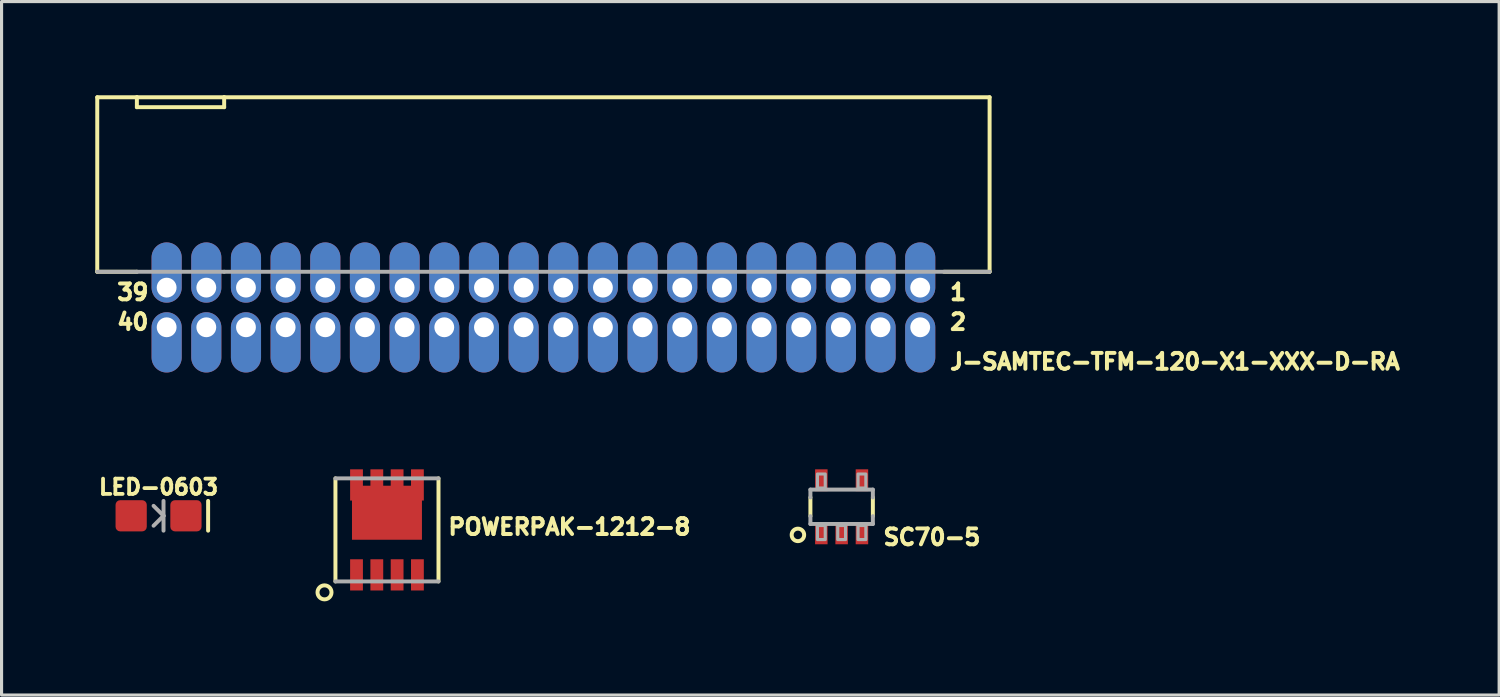
<source format=kicad_pcb>
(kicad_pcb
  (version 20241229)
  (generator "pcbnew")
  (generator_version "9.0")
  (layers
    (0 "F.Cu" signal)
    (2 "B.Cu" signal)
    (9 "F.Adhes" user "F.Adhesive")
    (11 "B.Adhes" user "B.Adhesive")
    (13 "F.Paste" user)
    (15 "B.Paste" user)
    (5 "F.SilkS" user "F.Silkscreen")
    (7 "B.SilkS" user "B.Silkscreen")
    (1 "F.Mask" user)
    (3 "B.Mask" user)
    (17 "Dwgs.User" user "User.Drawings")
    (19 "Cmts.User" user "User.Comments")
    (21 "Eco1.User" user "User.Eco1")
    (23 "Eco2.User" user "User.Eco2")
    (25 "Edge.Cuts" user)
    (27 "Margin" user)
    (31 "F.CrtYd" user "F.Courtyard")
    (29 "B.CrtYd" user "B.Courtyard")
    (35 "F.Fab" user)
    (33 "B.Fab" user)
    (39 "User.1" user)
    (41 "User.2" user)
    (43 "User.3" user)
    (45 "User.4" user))
  (footprint "SC70-5"
    (layer "F.Cu")
    (at 23.9 13.178)
    (property "Reference" "SC70-5" (at 1.27 1.27 0) (layer "F.SilkS") (effects (font (size 0.508 0.508) (thickness 0.127)) (justify left bottom)))
    (fp_line (start -1 -0.3) (end -1 0.3) (stroke (width 0.127) (type solid)) (layer "F.SilkS"))
    (fp_line (start 1 0.3) (end 1 -0.3) (stroke (width 0.127) (type solid)) (layer "F.SilkS"))
    (fp_circle (center -1.4 0.9) (end -1.2 0.9) (stroke (width 0.127) (type solid)) (fill no) (layer "F.SilkS"))
    (fp_line (start -1 -0.55) (end -1 -0.3) (stroke (width 0.127) (type solid)) (layer "F.Fab"))
    (fp_line (start -1 0.55) (end -1 0.3) (stroke (width 0.127) (type solid)) (layer "F.Fab"))
    (fp_line (start -1 0.55) (end 1 0.55) (stroke (width 0.127) (type solid)) (layer "F.Fab"))
    (fp_line (start 1 -0.55) (end -1 -0.55) (stroke (width 0.127) (type solid)) (layer "F.Fab"))
    (fp_line (start 1 -0.55) (end 1 -0.3) (stroke (width 0.127) (type solid)) (layer "F.Fab"))
    (fp_line (start 1 0.55) (end 1 0.3) (stroke (width 0.127) (type solid)) (layer "F.Fab"))
    (fp_poly (pts (xy -0.775 -0.6) (xy -0.525 -0.6) (xy -0.525 -1.05) (xy -0.775 -1.05)) (stroke (width 0.1) (type solid)) (fill no) (layer "F.Fab"))
    (fp_poly (pts (xy -0.775 1.05) (xy -0.525 1.05) (xy -0.525 0.6) (xy -0.775 0.6)) (stroke (width 0.1) (type solid)) (fill no) (layer "F.Fab"))
    (fp_poly (pts (xy -0.125 1.05) (xy 0.125 1.05) (xy 0.125 0.6) (xy -0.125 0.6)) (stroke (width 0.1) (type solid)) (fill no) (layer "F.Fab"))
    (fp_poly (pts (xy 0.525 -0.6) (xy 0.775 -0.6) (xy 0.775 -1.05) (xy 0.525 -1.05)) (stroke (width 0.1) (type solid)) (fill no) (layer "F.Fab"))
    (fp_poly (pts (xy 0.525 1.05) (xy 0.775 1.05) (xy 0.775 0.6) (xy 0.525 0.6)) (stroke (width 0.1) (type solid)) (fill no) (layer "F.Fab"))
    (pad "1" smd rect (at -0.65 0.85) (size 0.4 0.7) (layers "F.Cu" "F.Mask" "F.Paste"))
    (pad "2" smd rect (at 0 0.85) (size 0.4 0.7) (layers "F.Cu" "F.Mask" "F.Paste"))
    (pad "3" smd rect (at 0.65 0.85) (size 0.4 0.7) (layers "F.Cu" "F.Mask" "F.Paste"))
    (pad "4" smd rect (at 0.65 -0.85) (size 0.4 0.7) (layers "F.Cu" "F.Mask" "F.Paste"))
    (pad "5" smd rect (at -0.65 -0.85) (size 0.4 0.7) (layers "F.Cu" "F.Mask" "F.Paste")))
  (footprint "LED-0603"
    (layer "F.Cu")
    (at 2.027 13.466)
    (property "Reference" "LED-0603" (at 0 -0.635 0) (layer "F.SilkS") (effects (font (size 0.488 0.488) (thickness 0.122)) (justify bottom)))
    (fp_line (start 1.587 -0.476) (end 1.587 0.476) (stroke (width 0.127) (type solid)) (layer "F.SilkS"))
    (fp_line (start 0.159 -0.476) (end 0.159 0) (stroke (width 0.127) (type solid)) (layer "F.Fab"))
    (fp_line (start 0.159 0) (end -0.159 -0.318) (stroke (width 0.127) (type solid)) (layer "F.Fab"))
    (fp_line (start 0.159 0) (end -0.159 0.318) (stroke (width 0.127) (type solid)) (layer "F.Fab"))
    (fp_line (start 0.159 0) (end 0.159 0.476) (stroke (width 0.127) (type solid)) (layer "F.Fab"))
    (pad "A" smd roundrect (at -0.877 0 270) (size 1 1) (layers "F.Cu" "F.Mask" "F.Paste") (roundrect_rratio 0.15))
    (pad "C" smd roundrect (at 0.877 0 270) (size 1 1) (layers "F.Cu" "F.Mask" "F.Paste") (roundrect_rratio 0.15)))
  (footprint "J-SAMTEC-TFM-120-X1-XXX-D-RA"
    (layer "F.Cu")
    (at 14.351 6.795)
    (property "Reference" "J-SAMTEC-TFM-120-X1-XXX-D-RA" (at 12.954 2.032 0) (layer "F.SilkS") (effects (font (size 0.508 0.508) (thickness 0.127)) (justify left bottom)))
    (fp_line (start -14.287 -6.731) (end -13.018 -6.731) (stroke (width 0.127) (type solid)) (layer "F.SilkS"))
    (fp_line (start -14.287 -1.143) (end -14.287 -6.731) (stroke (width 0.127) (type solid)) (layer "F.SilkS"))
    (fp_line (start -14.287 -1.143) (end -13.018 -1.143) (stroke (width 0.127) (type solid)) (layer "F.SilkS"))
    (fp_line (start -13.018 -6.731) (end -13.018 -6.413) (stroke (width 0.127) (type solid)) (layer "F.SilkS"))
    (fp_line (start -13.018 -6.731) (end -10.223 -6.731) (stroke (width 0.127) (type solid)) (layer "F.SilkS"))
    (fp_line (start -13.018 -6.413) (end -10.223 -6.413) (stroke (width 0.127) (type solid)) (layer "F.SilkS"))
    (fp_line (start -10.223 -6.731) (end 14.287 -6.731) (stroke (width 0.127) (type solid)) (layer "F.SilkS"))
    (fp_line (start -10.223 -6.413) (end -10.223 -6.731) (stroke (width 0.127) (type solid)) (layer "F.SilkS"))
    (fp_line (start 12.827 -1.143) (end 14.287 -1.143) (stroke (width 0.127) (type solid)) (layer "F.SilkS"))
    (fp_line (start 14.287 -6.731) (end 14.287 -1.143) (stroke (width 0.127) (type solid)) (layer "F.SilkS"))
    (fp_line (start -14.287 -1.143) (end -13.018 -1.143) (stroke (width 0.127) (type solid)) (layer "F.Fab"))
    (fp_line (start -13.018 -1.143) (end -10.223 -1.143) (stroke (width 0.127) (type solid)) (layer "F.Fab"))
    (fp_line (start -10.223 -1.143) (end 14.287 -1.143) (stroke (width 0.127) (type solid)) (layer "F.Fab"))
    (fp_text user "40" (at -13.716 0.762 0) (layer "F.SilkS") (effects (font (size 0.508 0.508) (thickness 0.127)) (justify left bottom)))
    (fp_text user "2" (at 12.954 0.762 0) (layer "F.SilkS") (effects (font (size 0.508 0.508) (thickness 0.127)) (justify left bottom)))
    (fp_text user "1" (at 12.954 -0.191 0) (layer "F.SilkS") (effects (font (size 0.508 0.508) (thickness 0.127)) (justify left bottom)))
    (fp_text user "39" (at -13.716 -0.191 0) (layer "F.SilkS") (effects (font (size 0.508 0.508) (thickness 0.127)) (justify left bottom)))
    (pad "1" thru_hole oval (at 12.065 -0.635 90) (size 1.93 0.965) (drill 0.635 (offset 0.483 0)) (layers "*.Cu" "*.Mask"))
    (pad "2" thru_hole oval (at 12.065 0.635 270) (size 1.93 0.965) (drill 0.635 (offset 0.483 0)) (layers "*.Cu" "*.Mask"))
    (pad "3" thru_hole oval (at 10.795 -0.635 90) (size 1.93 0.965) (drill 0.635 (offset 0.483 0)) (layers "*.Cu" "*.Mask"))
    (pad "4" thru_hole oval (at 10.795 0.635 270) (size 1.93 0.965) (drill 0.635 (offset 0.483 0)) (layers "*.Cu" "*.Mask"))
    (pad "5" thru_hole oval (at 9.525 -0.635 90) (size 1.93 0.965) (drill 0.635 (offset 0.483 0)) (layers "*.Cu" "*.Mask"))
    (pad "6" thru_hole oval (at 9.525 0.635 270) (size 1.93 0.965) (drill 0.635 (offset 0.483 0)) (layers "*.Cu" "*.Mask"))
    (pad "7" thru_hole oval (at 8.255 -0.635 90) (size 1.93 0.965) (drill 0.635 (offset 0.483 0)) (layers "*.Cu" "*.Mask"))
    (pad "8" thru_hole oval (at 8.255 0.635 270) (size 1.93 0.965) (drill 0.635 (offset 0.483 0)) (layers "*.Cu" "*.Mask"))
    (pad "9" thru_hole oval (at 6.985 -0.635 90) (size 1.93 0.965) (drill 0.635 (offset 0.483 0)) (layers "*.Cu" "*.Mask"))
    (pad "10" thru_hole oval (at 6.985 0.635 270) (size 1.93 0.965) (drill 0.635 (offset 0.483 0)) (layers "*.Cu" "*.Mask"))
    (pad "11" thru_hole oval (at 5.715 -0.635 90) (size 1.93 0.965) (drill 0.635 (offset 0.483 0)) (layers "*.Cu" "*.Mask"))
    (pad "12" thru_hole oval (at 5.715 0.635 270) (size 1.93 0.965) (drill 0.635 (offset 0.483 0)) (layers "*.Cu" "*.Mask"))
    (pad "13" thru_hole oval (at 4.445 -0.635 90) (size 1.93 0.965) (drill 0.635 (offset 0.483 0)) (layers "*.Cu" "*.Mask"))
    (pad "14" thru_hole oval (at 4.445 0.635 270) (size 1.93 0.965) (drill 0.635 (offset 0.483 0)) (layers "*.Cu" "*.Mask"))
    (pad "15" thru_hole oval (at 3.175 -0.635 90) (size 1.93 0.965) (drill 0.635 (offset 0.483 0)) (layers "*.Cu" "*.Mask"))
    (pad "16" thru_hole oval (at 3.175 0.635 270) (size 1.93 0.965) (drill 0.635 (offset 0.483 0)) (layers "*.Cu" "*.Mask"))
    (pad "17" thru_hole oval (at 1.905 -0.635 90) (size 1.93 0.965) (drill 0.635 (offset 0.483 0)) (layers "*.Cu" "*.Mask"))
    (pad "18" thru_hole oval (at 1.905 0.635 270) (size 1.93 0.965) (drill 0.635 (offset 0.483 0)) (layers "*.Cu" "*.Mask"))
    (pad "19" thru_hole oval (at 0.635 -0.635 90) (size 1.93 0.965) (drill 0.635 (offset 0.483 0)) (layers "*.Cu" "*.Mask"))
    (pad "20" thru_hole oval (at 0.635 0.635 270) (size 1.93 0.965) (drill 0.635 (offset 0.483 0)) (layers "*.Cu" "*.Mask"))
    (pad "21" thru_hole oval (at -0.635 -0.635 90) (size 1.93 0.965) (drill 0.635 (offset 0.483 0)) (layers "*.Cu" "*.Mask"))
    (pad "22" thru_hole oval (at -0.635 0.635 270) (size 1.93 0.965) (drill 0.635 (offset 0.483 0)) (layers "*.Cu" "*.Mask"))
    (pad "23" thru_hole oval (at -1.905 -0.635 90) (size 1.93 0.965) (drill 0.635 (offset 0.483 0)) (layers "*.Cu" "*.Mask"))
    (pad "24" thru_hole oval (at -1.905 0.635 270) (size 1.93 0.965) (drill 0.635 (offset 0.483 0)) (layers "*.Cu" "*.Mask"))
    (pad "25" thru_hole oval (at -3.175 -0.635 90) (size 1.93 0.965) (drill 0.635 (offset 0.483 0)) (layers "*.Cu" "*.Mask"))
    (pad "26" thru_hole oval (at -3.175 0.635 270) (size 1.93 0.965) (drill 0.635 (offset 0.483 0)) (layers "*.Cu" "*.Mask"))
    (pad "27" thru_hole oval (at -4.445 -0.635 90) (size 1.93 0.965) (drill 0.635 (offset 0.483 0)) (layers "*.Cu" "*.Mask"))
    (pad "28" thru_hole oval (at -4.445 0.635 270) (size 1.93 0.965) (drill 0.635 (offset 0.483 0)) (layers "*.Cu" "*.Mask"))
    (pad "29" thru_hole oval (at -5.715 -0.635 90) (size 1.93 0.965) (drill 0.635 (offset 0.483 0)) (layers "*.Cu" "*.Mask"))
    (pad "30" thru_hole oval (at -5.715 0.635 270) (size 1.93 0.965) (drill 0.635 (offset 0.483 0)) (layers "*.Cu" "*.Mask"))
    (pad "31" thru_hole oval (at -6.985 -0.635 90) (size 1.93 0.965) (drill 0.635 (offset 0.483 0)) (layers "*.Cu" "*.Mask"))
    (pad "32" thru_hole oval (at -6.985 0.635 270) (size 1.93 0.965) (drill 0.635 (offset 0.483 0)) (layers "*.Cu" "*.Mask"))
    (pad "33" thru_hole oval (at -8.255 -0.635 90) (size 1.93 0.965) (drill 0.635 (offset 0.483 0)) (layers "*.Cu" "*.Mask"))
    (pad "34" thru_hole oval (at -8.255 0.635 270) (size 1.93 0.965) (drill 0.635 (offset 0.483 0)) (layers "*.Cu" "*.Mask"))
    (pad "35" thru_hole oval (at -9.525 -0.635 90) (size 1.93 0.965) (drill 0.635 (offset 0.483 0)) (layers "*.Cu" "*.Mask"))
    (pad "36" thru_hole oval (at -9.525 0.635 270) (size 1.93 0.965) (drill 0.635 (offset 0.483 0)) (layers "*.Cu" "*.Mask"))
    (pad "37" thru_hole oval (at -10.795 -0.635 90) (size 1.93 0.965) (drill 0.635 (offset 0.483 0)) (layers "*.Cu" "*.Mask"))
    (pad "38" thru_hole oval (at -10.795 0.635 270) (size 1.93 0.965) (drill 0.635 (offset 0.483 0)) (layers "*.Cu" "*.Mask"))
    (pad "39" thru_hole oval (at -12.065 -0.635 90) (size 1.93 0.965) (drill 0.635 (offset 0.483 0)) (layers "*.Cu" "*.Mask"))
    (pad "40" thru_hole oval (at -12.065 0.635 270) (size 1.93 0.965) (drill 0.635 (offset 0.483 0)) (layers "*.Cu" "*.Mask")))
  (footprint "POWERPAK-1212-8"
    (layer "F.Cu")
    (at 9.341 13.918)
    (property "Reference" "POWERPAK-1212-8" (at 1.9 0.2 0) (layer "F.SilkS") (effects (font (size 0.508 0.508) (thickness 0.127)) (justify left bottom)))
    (fp_line (start -1.65 -1.65) (end -1.65 1.65) (stroke (width 0.127) (type solid)) (layer "F.SilkS"))
    (fp_line (start 1.65 1.65) (end 1.65 -1.65) (stroke (width 0.127) (type solid)) (layer "F.SilkS"))
    (fp_circle (center -2 2) (end -1.776 2) (stroke (width 0.127) (type solid)) (fill no) (layer "F.SilkS"))
    (fp_poly (pts (xy -0.8 0.2) (xy 0.7 0.2) (xy 0.7 -0.5) (xy -0.8 -0.5)) (stroke (width 0) (type solid)) (fill yes) (layer "F.Paste"))
    (fp_line (start -1.65 1.65) (end 1.65 1.65) (stroke (width 0.127) (type solid)) (layer "F.Fab"))
    (fp_line (start 1.65 -1.65) (end -1.65 -1.65) (stroke (width 0.127) (type solid)) (layer "F.Fab"))
    (pad "1" smd rect (at -0.975 1.44) (size 0.41 1) (layers "F.Cu" "F.Mask" "F.Paste"))
    (pad "2" smd rect (at -0.325 1.44) (size 0.41 1) (layers "F.Cu" "F.Mask" "F.Paste"))
    (pad "3" smd rect (at 0.325 1.44) (size 0.41 1) (layers "F.Cu" "F.Mask" "F.Paste"))
    (pad "4" smd rect (at 0.975 1.44) (size 0.41 1) (layers "F.Cu" "F.Mask" "F.Paste"))
    (pad "5" smd rect (at -0.975 -1.44) (size 0.41 1) (layers "F.Cu" "F.Mask" "F.Paste"))
    (pad "6" smd rect (at -0.325 -1.44) (size 0.41 1) (layers "F.Cu" "F.Mask" "F.Paste"))
    (pad "7" smd rect (at 0.325 -1.44) (size 0.41 1) (layers "F.Cu" "F.Mask" "F.Paste"))
    (pad "8" smd rect (at 0.975 -1.44) (size 0.41 1) (layers "F.Cu" "F.Mask" "F.Paste"))
    (pad "PAD" smd rect (at 0 -0.55) (size 2.24 1.73) (layers "F.Cu" "F.Mask")))
  (gr_rect
    (start -3 -3)
    (end 44.954 19.205)
    (stroke (width 0.1) (type default))
    (fill no)
    (layer "Edge.Cuts")))
</source>
